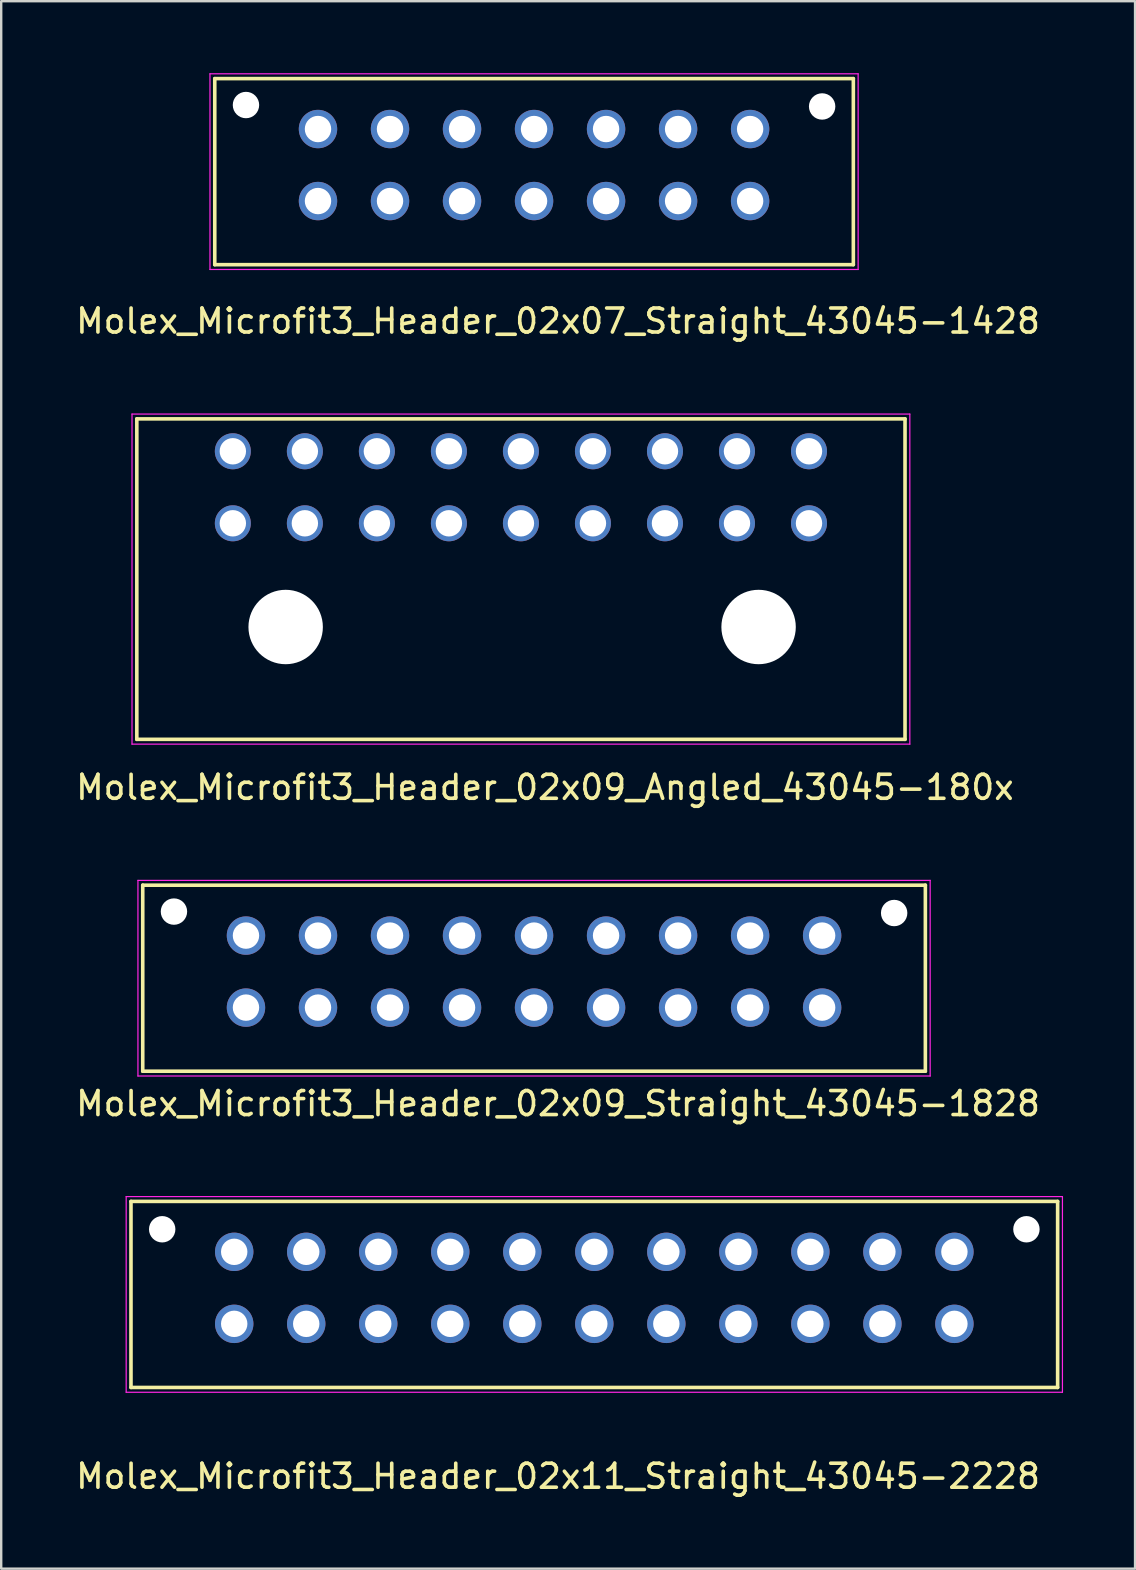
<source format=kicad_pcb>
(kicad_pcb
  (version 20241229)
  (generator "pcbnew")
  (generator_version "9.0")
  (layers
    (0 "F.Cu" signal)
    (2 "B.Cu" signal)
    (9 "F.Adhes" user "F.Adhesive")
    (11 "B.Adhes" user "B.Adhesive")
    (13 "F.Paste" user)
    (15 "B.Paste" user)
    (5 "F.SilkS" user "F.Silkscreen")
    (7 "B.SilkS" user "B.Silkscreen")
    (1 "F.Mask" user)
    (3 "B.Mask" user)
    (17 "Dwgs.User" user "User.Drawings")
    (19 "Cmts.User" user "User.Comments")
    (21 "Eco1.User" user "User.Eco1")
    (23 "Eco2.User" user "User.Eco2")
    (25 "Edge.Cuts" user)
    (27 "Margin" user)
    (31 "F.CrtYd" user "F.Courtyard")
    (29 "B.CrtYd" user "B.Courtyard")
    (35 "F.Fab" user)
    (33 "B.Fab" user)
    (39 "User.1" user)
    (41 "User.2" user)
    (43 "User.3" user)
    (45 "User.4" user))
  (footprint "Molex_Microfit3_Header_02x11_Straight_43045-2228"
    (layer "F.Cu")
    (at 36.706 52.095)
    (property "Reference" "Molex_Microfit3_Header_02x11_Straight_43045-2228" (at -16.51 6.35 0) (layer "F.SilkS") (effects (font (size 1 1) (thickness 0.15))))
    (attr through_hole)
    (fp_line (start -34.3 2.65) (end -34.3 -5.1) (stroke (width 0.15) (type solid)) (layer "F.SilkS"))
    (fp_line (start 4.3 -5.1) (end -34.3 -5.1) (stroke (width 0.15) (type solid)) (layer "F.SilkS"))
    (fp_line (start 4.3 2.65) (end -34.3 2.65) (stroke (width 0.15) (type solid)) (layer "F.SilkS"))
    (fp_line (start 4.3 2.65) (end 4.3 -5.1) (stroke (width 0.15) (type solid)) (layer "F.SilkS"))
    (fp_line (start -34.5 2.85) (end -34.5 -5.3) (stroke (width 0.05) (type solid)) (layer "F.CrtYd"))
    (fp_line (start 4.5 -5.3) (end -34.5 -5.3) (stroke (width 0.05) (type solid)) (layer "F.CrtYd"))
    (fp_line (start 4.5 2.85) (end -34.5 2.85) (stroke (width 0.05) (type solid)) (layer "F.CrtYd"))
    (fp_line (start 4.5 2.85) (end 4.5 -5.3) (stroke (width 0.05) (type solid)) (layer "F.CrtYd"))
    (pad "" np_thru_hole circle (at -33 -3.94) (size 1.1 1.1) (drill 1.1) (layers "*.Cu" "*.Mask"))
    (pad "" np_thru_hole circle (at 3 -3.94) (size 1.1 1.1) (drill 1.1) (layers "*.Cu" "*.Mask"))
    (pad "1" thru_hole circle (at 0 0) (size 1.6 1.6) (drill 1.1) (layers "*.Cu" "*.Mask"))
    (pad "2" thru_hole circle (at -3 0) (size 1.6 1.6) (drill 1.1) (layers "*.Cu" "*.Mask"))
    (pad "3" thru_hole circle (at -6 0) (size 1.6 1.6) (drill 1.1) (layers "*.Cu" "*.Mask"))
    (pad "4" thru_hole circle (at -9 0) (size 1.6 1.6) (drill 1.1) (layers "*.Cu" "*.Mask"))
    (pad "5" thru_hole circle (at -12 0) (size 1.6 1.6) (drill 1.1) (layers "*.Cu" "*.Mask"))
    (pad "6" thru_hole circle (at -15 0) (size 1.6 1.6) (drill 1.1) (layers "*.Cu" "*.Mask"))
    (pad "7" thru_hole circle (at -18 0) (size 1.6 1.6) (drill 1.1) (layers "*.Cu" "*.Mask"))
    (pad "8" thru_hole circle (at -21 0) (size 1.6 1.6) (drill 1.1) (layers "*.Cu" "*.Mask"))
    (pad "9" thru_hole circle (at -24 0) (size 1.6 1.6) (drill 1.1) (layers "*.Cu" "*.Mask"))
    (pad "10" thru_hole circle (at -27 0) (size 1.6 1.6) (drill 1.1) (layers "*.Cu" "*.Mask"))
    (pad "11" thru_hole circle (at -30 0) (size 1.6 1.6) (drill 1.1) (layers "*.Cu" "*.Mask"))
    (pad "12" thru_hole circle (at 0 -3) (size 1.6 1.6) (drill 1.1) (layers "*.Cu" "*.Mask"))
    (pad "13" thru_hole circle (at -3 -3) (size 1.6 1.6) (drill 1.1) (layers "*.Cu" "*.Mask"))
    (pad "14" thru_hole circle (at -6 -3) (size 1.6 1.6) (drill 1.1) (layers "*.Cu" "*.Mask"))
    (pad "15" thru_hole circle (at -9 -3) (size 1.6 1.6) (drill 1.1) (layers "*.Cu" "*.Mask"))
    (pad "16" thru_hole circle (at -12 -3) (size 1.6 1.6) (drill 1.1) (layers "*.Cu" "*.Mask"))
    (pad "17" thru_hole circle (at -15 -3) (size 1.6 1.6) (drill 1.1) (layers "*.Cu" "*.Mask"))
    (pad "18" thru_hole circle (at -18 -3) (size 1.6 1.6) (drill 1.1) (layers "*.Cu" "*.Mask"))
    (pad "19" thru_hole circle (at -21 -3) (size 1.6 1.6) (drill 1.1) (layers "*.Cu" "*.Mask"))
    (pad "20" thru_hole circle (at -24 -3) (size 1.6 1.6) (drill 1.1) (layers "*.Cu" "*.Mask"))
    (pad "21" thru_hole circle (at -27 -3) (size 1.6 1.6) (drill 1.1) (layers "*.Cu" "*.Mask"))
    (pad "22" thru_hole circle (at -30 -3) (size 1.6 1.6) (drill 1.1) (layers "*.Cu" "*.Mask")))
  (footprint "Molex_Microfit3_Header_02x07_Straight_43045-1428"
    (layer "F.Cu")
    (at 28.196 5.325)
    (property "Reference" "Molex_Microfit3_Header_02x07_Straight_43045-1428" (at -8 5 0) (layer "F.SilkS") (effects (font (size 1 1) (thickness 0.15))))
    (attr through_hole)
    (fp_line (start -22.3 2.65) (end -22.3 -5.1) (stroke (width 0.15) (type solid)) (layer "F.SilkS"))
    (fp_line (start 4.3 -5.1) (end -22.3 -5.1) (stroke (width 0.15) (type solid)) (layer "F.SilkS"))
    (fp_line (start 4.3 2.65) (end -22.3 2.65) (stroke (width 0.15) (type solid)) (layer "F.SilkS"))
    (fp_line (start 4.3 2.65) (end 4.3 -5.1) (stroke (width 0.15) (type solid)) (layer "F.SilkS"))
    (fp_line (start -22.5 2.85) (end -22.5 -5.3) (stroke (width 0.05) (type solid)) (layer "F.CrtYd"))
    (fp_line (start 4.5 -5.3) (end -22.5 -5.3) (stroke (width 0.05) (type solid)) (layer "F.CrtYd"))
    (fp_line (start 4.5 2.85) (end -22.5 2.85) (stroke (width 0.05) (type solid)) (layer "F.CrtYd"))
    (fp_line (start 4.5 2.85) (end 4.5 -5.3) (stroke (width 0.05) (type solid)) (layer "F.CrtYd"))
    (pad "" np_thru_hole circle (at -21 -4) (size 1.1 1.1) (drill 1.1) (layers "*.Cu" "*.Mask"))
    (pad "" np_thru_hole circle (at 3 -3.94) (size 1.1 1.1) (drill 1.1) (layers "*.Cu" "*.Mask"))
    (pad "1" thru_hole circle (at 0 0) (size 1.6 1.6) (drill 1.1) (layers "*.Cu" "*.Mask"))
    (pad "2" thru_hole circle (at -3 0) (size 1.6 1.6) (drill 1.1) (layers "*.Cu" "*.Mask"))
    (pad "3" thru_hole circle (at -6 0) (size 1.6 1.6) (drill 1.1) (layers "*.Cu" "*.Mask"))
    (pad "4" thru_hole circle (at -9 0) (size 1.6 1.6) (drill 1.1) (layers "*.Cu" "*.Mask"))
    (pad "5" thru_hole circle (at -12 0) (size 1.6 1.6) (drill 1.1) (layers "*.Cu" "*.Mask"))
    (pad "6" thru_hole circle (at -15 0) (size 1.6 1.6) (drill 1.1) (layers "*.Cu" "*.Mask"))
    (pad "7" thru_hole circle (at -18 0) (size 1.6 1.6) (drill 1.1) (layers "*.Cu" "*.Mask"))
    (pad "8" thru_hole circle (at 0 -3) (size 1.6 1.6) (drill 1.1) (layers "*.Cu" "*.Mask"))
    (pad "9" thru_hole circle (at -3 -3) (size 1.6 1.6) (drill 1.1) (layers "*.Cu" "*.Mask"))
    (pad "10" thru_hole circle (at -6 -3) (size 1.6 1.6) (drill 1.1) (layers "*.Cu" "*.Mask"))
    (pad "11" thru_hole circle (at -9 -3) (size 1.6 1.6) (drill 1.1) (layers "*.Cu" "*.Mask"))
    (pad "12" thru_hole circle (at -12 -3) (size 1.6 1.6) (drill 1.1) (layers "*.Cu" "*.Mask"))
    (pad "13" thru_hole circle (at -15 -3) (size 1.6 1.6) (drill 1.1) (layers "*.Cu" "*.Mask"))
    (pad "14" thru_hole circle (at -18 -3) (size 1.6 1.6) (drill 1.1) (layers "*.Cu" "*.Mask")))
  (footprint "Molex_Microfit3_Header_02x09_Angled_43045-180x"
    (layer "F.Cu")
    (at 30.649 18.748)
    (property "Reference" "Molex_Microfit3_Header_02x09_Angled_43045-180x" (at -11 11 0) (layer "F.SilkS") (effects (font (size 1 1) (thickness 0.15))))
    (attr through_hole)
    (fp_line (start -28 -4.35) (end 4 -4.35) (stroke (width 0.15) (type solid)) (layer "F.SilkS"))
    (fp_line (start -28 9) (end -28 -4.35) (stroke (width 0.15) (type solid)) (layer "F.SilkS"))
    (fp_line (start 4 -4.35) (end 4 9) (stroke (width 0.15) (type solid)) (layer "F.SilkS"))
    (fp_line (start 4 9) (end -28 9) (stroke (width 0.15) (type solid)) (layer "F.SilkS"))
    (fp_line (start -28.2 -4.55) (end -28.2 9.2) (stroke (width 0.05) (type solid)) (layer "F.CrtYd"))
    (fp_line (start -28.2 9.2) (end 4.2 9.2) (stroke (width 0.05) (type solid)) (layer "F.CrtYd"))
    (fp_line (start 4.2 -4.55) (end -28.2 -4.55) (stroke (width 0.05) (type solid)) (layer "F.CrtYd"))
    (fp_line (start 4.2 9.2) (end 4.2 -4.55) (stroke (width 0.05) (type solid)) (layer "F.CrtYd"))
    (pad "" np_thru_hole circle (at -21.8 4.32) (size 3.1 3.1) (drill 3.1) (layers "*.Cu" "*.Mask"))
    (pad "" np_thru_hole circle (at -2.1 4.32) (size 3.1 3.1) (drill 3.1) (layers "*.Cu" "*.Mask"))
    (pad "1" thru_hole circle (at 0 0) (size 1.5 1.5) (drill 1.1) (layers "*.Cu" "*.Mask"))
    (pad "2" thru_hole circle (at -3 0) (size 1.5 1.5) (drill 1.1) (layers "*.Cu" "*.Mask"))
    (pad "3" thru_hole circle (at -6 0) (size 1.5 1.5) (drill 1.1) (layers "*.Cu" "*.Mask"))
    (pad "4" thru_hole circle (at -9 0) (size 1.5 1.5) (drill 1.1) (layers "*.Cu" "*.Mask"))
    (pad "5" thru_hole circle (at -12 0) (size 1.5 1.5) (drill 1.1) (layers "*.Cu" "*.Mask"))
    (pad "6" thru_hole circle (at -15 0) (size 1.5 1.5) (drill 1.1) (layers "*.Cu" "*.Mask"))
    (pad "7" thru_hole circle (at -18 0) (size 1.5 1.5) (drill 1.1) (layers "*.Cu" "*.Mask"))
    (pad "8" thru_hole circle (at -21 0) (size 1.5 1.5) (drill 1.1) (layers "*.Cu" "*.Mask"))
    (pad "9" thru_hole circle (at -24 0) (size 1.5 1.5) (drill 1.1) (layers "*.Cu" "*.Mask"))
    (pad "10" thru_hole circle (at 0 -3) (size 1.5 1.5) (drill 1.1) (layers "*.Cu" "*.Mask"))
    (pad "11" thru_hole circle (at -3 -3) (size 1.5 1.5) (drill 1.1) (layers "*.Cu" "*.Mask"))
    (pad "12" thru_hole circle (at -6 -3) (size 1.5 1.5) (drill 1.1) (layers "*.Cu" "*.Mask"))
    (pad "13" thru_hole circle (at -9 -3) (size 1.5 1.5) (drill 1.1) (layers "*.Cu" "*.Mask"))
    (pad "14" thru_hole circle (at -12 -3) (size 1.5 1.5) (drill 1.1) (layers "*.Cu" "*.Mask"))
    (pad "15" thru_hole circle (at -15 -3) (size 1.5 1.5) (drill 1.1) (layers "*.Cu" "*.Mask"))
    (pad "16" thru_hole circle (at -18 -3) (size 1.5 1.5) (drill 1.1) (layers "*.Cu" "*.Mask"))
    (pad "17" thru_hole circle (at -21 -3) (size 1.5 1.5) (drill 1.1) (layers "*.Cu" "*.Mask"))
    (pad "18" thru_hole circle (at -24 -3) (size 1.5 1.5) (drill 1.1) (layers "*.Cu" "*.Mask")))
  (footprint "Molex_Microfit3_Header_02x09_Straight_43045-1828"
    (layer "F.Cu")
    (at 31.196 38.922)
    (property "Reference" "Molex_Microfit3_Header_02x09_Straight_43045-1828" (at -11 4 0) (layer "F.SilkS") (effects (font (size 1 1) (thickness 0.15))))
    (attr through_hole)
    (fp_line (start -28.3 2.65) (end -28.3 -5.1) (stroke (width 0.15) (type solid)) (layer "F.SilkS"))
    (fp_line (start 4.3 -5.1) (end -28.3 -5.1) (stroke (width 0.15) (type solid)) (layer "F.SilkS"))
    (fp_line (start 4.3 2.65) (end -28.3 2.65) (stroke (width 0.15) (type solid)) (layer "F.SilkS"))
    (fp_line (start 4.3 2.65) (end 4.3 -5.1) (stroke (width 0.15) (type solid)) (layer "F.SilkS"))
    (fp_line (start -28.5 2.85) (end -28.5 -5.3) (stroke (width 0.05) (type solid)) (layer "F.CrtYd"))
    (fp_line (start 4.5 -5.3) (end -28.5 -5.3) (stroke (width 0.05) (type solid)) (layer "F.CrtYd"))
    (fp_line (start 4.5 2.85) (end -28.5 2.85) (stroke (width 0.05) (type solid)) (layer "F.CrtYd"))
    (fp_line (start 4.5 2.85) (end 4.5 -5.3) (stroke (width 0.05) (type solid)) (layer "F.CrtYd"))
    (pad "" np_thru_hole circle (at -27 -4) (size 1.1 1.1) (drill 1.1) (layers "*.Cu" "*.Mask"))
    (pad "" np_thru_hole circle (at 3 -3.94) (size 1.1 1.1) (drill 1.1) (layers "*.Cu" "*.Mask"))
    (pad "1" thru_hole circle (at 0 0) (size 1.6 1.6) (drill 1.1) (layers "*.Cu" "*.Mask"))
    (pad "2" thru_hole circle (at -3 0) (size 1.6 1.6) (drill 1.1) (layers "*.Cu" "*.Mask"))
    (pad "3" thru_hole circle (at -6 0) (size 1.6 1.6) (drill 1.1) (layers "*.Cu" "*.Mask"))
    (pad "4" thru_hole circle (at -9 0) (size 1.6 1.6) (drill 1.1) (layers "*.Cu" "*.Mask"))
    (pad "5" thru_hole circle (at -12 0) (size 1.6 1.6) (drill 1.1) (layers "*.Cu" "*.Mask"))
    (pad "6" thru_hole circle (at -15 0) (size 1.6 1.6) (drill 1.1) (layers "*.Cu" "*.Mask"))
    (pad "7" thru_hole circle (at -18 0) (size 1.6 1.6) (drill 1.1) (layers "*.Cu" "*.Mask"))
    (pad "8" thru_hole circle (at -21 0) (size 1.6 1.6) (drill 1.1) (layers "*.Cu" "*.Mask"))
    (pad "9" thru_hole circle (at -24 0) (size 1.6 1.6) (drill 1.1) (layers "*.Cu" "*.Mask"))
    (pad "10" thru_hole circle (at 0 -3) (size 1.6 1.6) (drill 1.1) (layers "*.Cu" "*.Mask"))
    (pad "11" thru_hole circle (at -3 -3) (size 1.6 1.6) (drill 1.1) (layers "*.Cu" "*.Mask"))
    (pad "12" thru_hole circle (at -6 -3) (size 1.6 1.6) (drill 1.1) (layers "*.Cu" "*.Mask"))
    (pad "13" thru_hole circle (at -9 -3) (size 1.6 1.6) (drill 1.1) (layers "*.Cu" "*.Mask"))
    (pad "14" thru_hole circle (at -12 -3) (size 1.6 1.6) (drill 1.1) (layers "*.Cu" "*.Mask"))
    (pad "15" thru_hole circle (at -15 -3) (size 1.6 1.6) (drill 1.1) (layers "*.Cu" "*.Mask"))
    (pad "16" thru_hole circle (at -18 -3) (size 1.6 1.6) (drill 1.1) (layers "*.Cu" "*.Mask"))
    (pad "17" thru_hole circle (at -21 -3) (size 1.6 1.6) (drill 1.1) (layers "*.Cu" "*.Mask"))
    (pad "18" thru_hole circle (at -24 -3) (size 1.6 1.6) (drill 1.1) (layers "*.Cu" "*.Mask")))
  (gr_rect
    (start -3 -3)
    (end 44.231 62.293)
    (stroke (width 0.1) (type default))
    (fill no)
    (layer "Edge.Cuts")))
</source>
